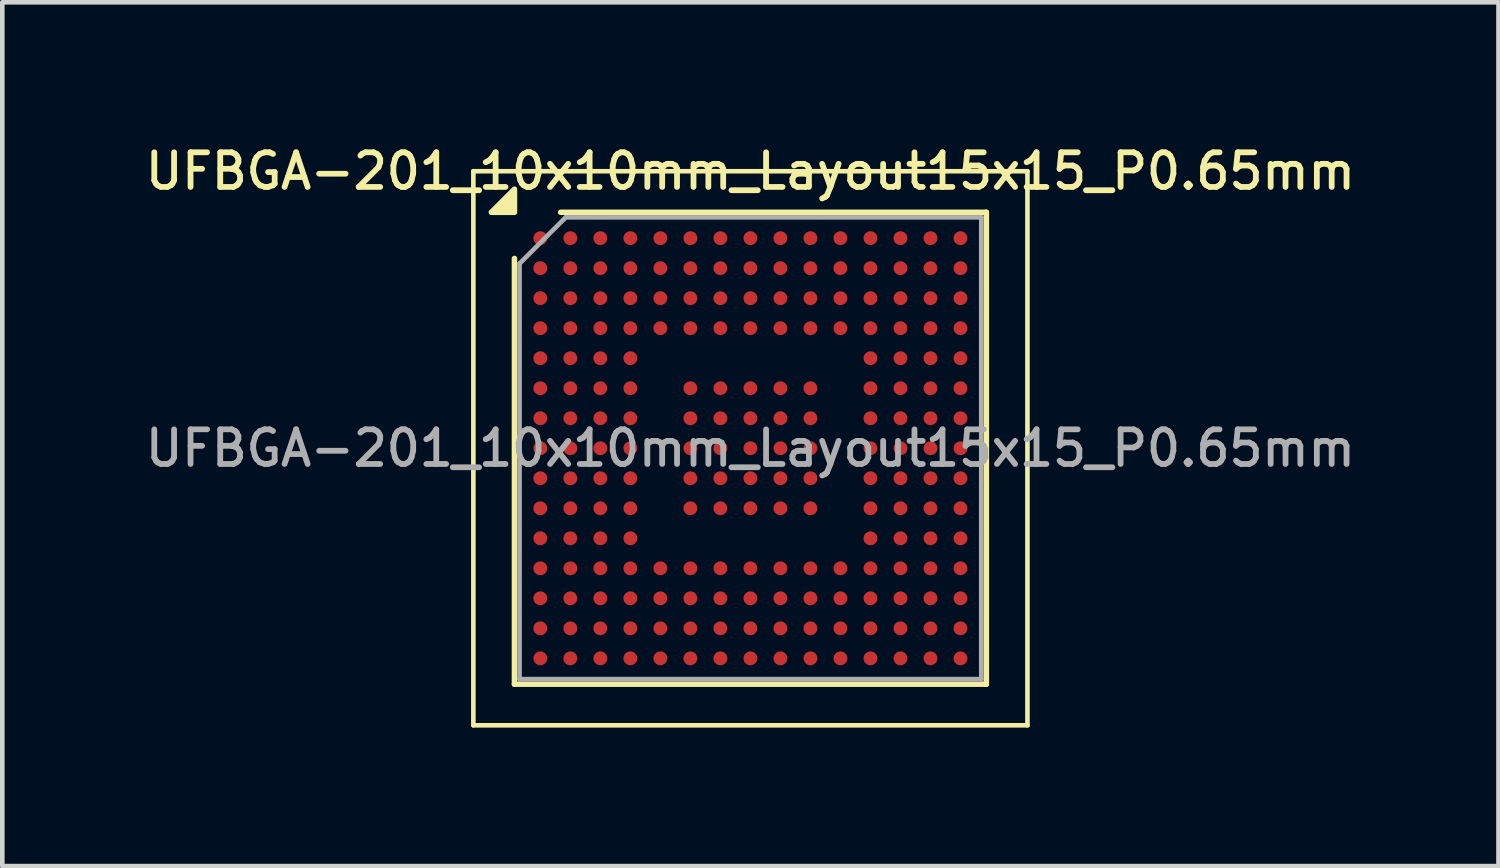
<source format=kicad_pcb>
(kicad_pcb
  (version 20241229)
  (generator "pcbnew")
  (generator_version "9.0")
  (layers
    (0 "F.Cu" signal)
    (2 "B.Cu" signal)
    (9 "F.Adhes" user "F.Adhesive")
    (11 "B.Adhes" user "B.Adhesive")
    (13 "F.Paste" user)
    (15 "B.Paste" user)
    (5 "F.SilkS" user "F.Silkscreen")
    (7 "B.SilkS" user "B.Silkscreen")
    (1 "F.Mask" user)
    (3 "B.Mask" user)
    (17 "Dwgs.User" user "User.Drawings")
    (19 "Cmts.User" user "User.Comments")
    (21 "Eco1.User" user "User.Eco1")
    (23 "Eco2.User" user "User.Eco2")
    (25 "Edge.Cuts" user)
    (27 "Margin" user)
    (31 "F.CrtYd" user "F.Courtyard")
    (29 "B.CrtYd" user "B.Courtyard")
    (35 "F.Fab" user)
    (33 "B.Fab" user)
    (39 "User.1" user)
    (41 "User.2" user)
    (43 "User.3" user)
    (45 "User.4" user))
  (footprint "UFBGA-201_10x10mm_Layout15x15_P0.65mm"
    (layer "F.Cu")
    (at 13.202 6.658)
    (property "Reference" "UFBGA-201_10x10mm_Layout15x15_P0.65mm" (at 0 -6 0) (layer "F.SilkS") (effects (font (size 0.75 0.75) (thickness 0.125))))
    (attr smd)
    (fp_line (start -6 -6) (end -6 6) (stroke (width 0.1) (type solid)) (layer "F.SilkS"))
    (fp_line (start -6 6) (end 6 6) (stroke (width 0.1) (type solid)) (layer "F.SilkS"))
    (fp_line (start -5.11 5.11) (end -5.11 -4.11) (stroke (width 0.12) (type solid)) (layer "F.SilkS"))
    (fp_line (start -4.11 -5.11) (end 5.11 -5.11) (stroke (width 0.12) (type solid)) (layer "F.SilkS"))
    (fp_line (start 5.11 -5.11) (end 5.11 5.11) (stroke (width 0.12) (type solid)) (layer "F.SilkS"))
    (fp_line (start 5.11 5.11) (end -5.11 5.11) (stroke (width 0.12) (type solid)) (layer "F.SilkS"))
    (fp_line (start 6 -6) (end -6 -6) (stroke (width 0.1) (type solid)) (layer "F.SilkS"))
    (fp_line (start 6 6) (end 6 -6) (stroke (width 0.1) (type solid)) (layer "F.SilkS"))
    (fp_poly (pts (xy -5.11 -5.11) (xy -5.61 -5.11) (xy -5.11 -5.61) (xy -5.11 -5.11)) (stroke (width 0.12) (type solid)) (fill yes) (layer "F.SilkS"))
    (fp_line (start -5 -4) (end -4 -5) (stroke (width 0.1) (type solid)) (layer "F.Fab"))
    (fp_line (start -5 5) (end -5 -4) (stroke (width 0.1) (type solid)) (layer "F.Fab"))
    (fp_line (start -4 -5) (end 5 -5) (stroke (width 0.1) (type solid)) (layer "F.Fab"))
    (fp_line (start 5 -5) (end 5 5) (stroke (width 0.1) (type solid)) (layer "F.Fab"))
    (fp_line (start 5 5) (end -5 5) (stroke (width 0.1) (type solid)) (layer "F.Fab"))
    (fp_text user "${REFERENCE}" (at 0 0 0) (layer "F.Fab") (effects (font (size 0.75 0.75) (thickness 0.125))))
    (pad "A1" smd circle (at -4.55 -4.55) (size 0.3 0.3) (property pad_prop_bga) (layers "F.Cu" "F.Mask" "F.Paste"))
    (pad "A2" smd circle (at -3.9 -4.55) (size 0.3 0.3) (property pad_prop_bga) (layers "F.Cu" "F.Mask" "F.Paste"))
    (pad "A3" smd circle (at -3.25 -4.55) (size 0.3 0.3) (property pad_prop_bga) (layers "F.Cu" "F.Mask" "F.Paste"))
    (pad "A4" smd circle (at -2.6 -4.55) (size 0.3 0.3) (property pad_prop_bga) (layers "F.Cu" "F.Mask" "F.Paste"))
    (pad "A5" smd circle (at -1.95 -4.55) (size 0.3 0.3) (property pad_prop_bga) (layers "F.Cu" "F.Mask" "F.Paste"))
    (pad "A6" smd circle (at -1.3 -4.55) (size 0.3 0.3) (property pad_prop_bga) (layers "F.Cu" "F.Mask" "F.Paste"))
    (pad "A7" smd circle (at -0.65 -4.55) (size 0.3 0.3) (property pad_prop_bga) (layers "F.Cu" "F.Mask" "F.Paste"))
    (pad "A8" smd circle (at 0 -4.55) (size 0.3 0.3) (property pad_prop_bga) (layers "F.Cu" "F.Mask" "F.Paste"))
    (pad "A9" smd circle (at 0.65 -4.55) (size 0.3 0.3) (property pad_prop_bga) (layers "F.Cu" "F.Mask" "F.Paste"))
    (pad "A10" smd circle (at 1.3 -4.55) (size 0.3 0.3) (property pad_prop_bga) (layers "F.Cu" "F.Mask" "F.Paste"))
    (pad "A11" smd circle (at 1.95 -4.55) (size 0.3 0.3) (property pad_prop_bga) (layers "F.Cu" "F.Mask" "F.Paste"))
    (pad "A12" smd circle (at 2.6 -4.55) (size 0.3 0.3) (property pad_prop_bga) (layers "F.Cu" "F.Mask" "F.Paste"))
    (pad "A13" smd circle (at 3.25 -4.55) (size 0.3 0.3) (property pad_prop_bga) (layers "F.Cu" "F.Mask" "F.Paste"))
    (pad "A14" smd circle (at 3.9 -4.55) (size 0.3 0.3) (property pad_prop_bga) (layers "F.Cu" "F.Mask" "F.Paste"))
    (pad "A15" smd circle (at 4.55 -4.55) (size 0.3 0.3) (property pad_prop_bga) (layers "F.Cu" "F.Mask" "F.Paste"))
    (pad "B1" smd circle (at -4.55 -3.9) (size 0.3 0.3) (property pad_prop_bga) (layers "F.Cu" "F.Mask" "F.Paste"))
    (pad "B2" smd circle (at -3.9 -3.9) (size 0.3 0.3) (property pad_prop_bga) (layers "F.Cu" "F.Mask" "F.Paste"))
    (pad "B3" smd circle (at -3.25 -3.9) (size 0.3 0.3) (property pad_prop_bga) (layers "F.Cu" "F.Mask" "F.Paste"))
    (pad "B4" smd circle (at -2.6 -3.9) (size 0.3 0.3) (property pad_prop_bga) (layers "F.Cu" "F.Mask" "F.Paste"))
    (pad "B5" smd circle (at -1.95 -3.9) (size 0.3 0.3) (property pad_prop_bga) (layers "F.Cu" "F.Mask" "F.Paste"))
    (pad "B6" smd circle (at -1.3 -3.9) (size 0.3 0.3) (property pad_prop_bga) (layers "F.Cu" "F.Mask" "F.Paste"))
    (pad "B7" smd circle (at -0.65 -3.9) (size 0.3 0.3) (property pad_prop_bga) (layers "F.Cu" "F.Mask" "F.Paste"))
    (pad "B8" smd circle (at 0 -3.9) (size 0.3 0.3) (property pad_prop_bga) (layers "F.Cu" "F.Mask" "F.Paste"))
    (pad "B9" smd circle (at 0.65 -3.9) (size 0.3 0.3) (property pad_prop_bga) (layers "F.Cu" "F.Mask" "F.Paste"))
    (pad "B10" smd circle (at 1.3 -3.9) (size 0.3 0.3) (property pad_prop_bga) (layers "F.Cu" "F.Mask" "F.Paste"))
    (pad "B11" smd circle (at 1.95 -3.9) (size 0.3 0.3) (property pad_prop_bga) (layers "F.Cu" "F.Mask" "F.Paste"))
    (pad "B12" smd circle (at 2.6 -3.9) (size 0.3 0.3) (property pad_prop_bga) (layers "F.Cu" "F.Mask" "F.Paste"))
    (pad "B13" smd circle (at 3.25 -3.9) (size 0.3 0.3) (property pad_prop_bga) (layers "F.Cu" "F.Mask" "F.Paste"))
    (pad "B14" smd circle (at 3.9 -3.9) (size 0.3 0.3) (property pad_prop_bga) (layers "F.Cu" "F.Mask" "F.Paste"))
    (pad "B15" smd circle (at 4.55 -3.9) (size 0.3 0.3) (property pad_prop_bga) (layers "F.Cu" "F.Mask" "F.Paste"))
    (pad "C1" smd circle (at -4.55 -3.25) (size 0.3 0.3) (property pad_prop_bga) (layers "F.Cu" "F.Mask" "F.Paste"))
    (pad "C2" smd circle (at -3.9 -3.25) (size 0.3 0.3) (property pad_prop_bga) (layers "F.Cu" "F.Mask" "F.Paste"))
    (pad "C3" smd circle (at -3.25 -3.25) (size 0.3 0.3) (property pad_prop_bga) (layers "F.Cu" "F.Mask" "F.Paste"))
    (pad "C4" smd circle (at -2.6 -3.25) (size 0.3 0.3) (property pad_prop_bga) (layers "F.Cu" "F.Mask" "F.Paste"))
    (pad "C5" smd circle (at -1.95 -3.25) (size 0.3 0.3) (property pad_prop_bga) (layers "F.Cu" "F.Mask" "F.Paste"))
    (pad "C6" smd circle (at -1.3 -3.25) (size 0.3 0.3) (property pad_prop_bga) (layers "F.Cu" "F.Mask" "F.Paste"))
    (pad "C7" smd circle (at -0.65 -3.25) (size 0.3 0.3) (property pad_prop_bga) (layers "F.Cu" "F.Mask" "F.Paste"))
    (pad "C8" smd circle (at 0 -3.25) (size 0.3 0.3) (property pad_prop_bga) (layers "F.Cu" "F.Mask" "F.Paste"))
    (pad "C9" smd circle (at 0.65 -3.25) (size 0.3 0.3) (property pad_prop_bga) (layers "F.Cu" "F.Mask" "F.Paste"))
    (pad "C10" smd circle (at 1.3 -3.25) (size 0.3 0.3) (property pad_prop_bga) (layers "F.Cu" "F.Mask" "F.Paste"))
    (pad "C11" smd circle (at 1.95 -3.25) (size 0.3 0.3) (property pad_prop_bga) (layers "F.Cu" "F.Mask" "F.Paste"))
    (pad "C12" smd circle (at 2.6 -3.25) (size 0.3 0.3) (property pad_prop_bga) (layers "F.Cu" "F.Mask" "F.Paste"))
    (pad "C13" smd circle (at 3.25 -3.25) (size 0.3 0.3) (property pad_prop_bga) (layers "F.Cu" "F.Mask" "F.Paste"))
    (pad "C14" smd circle (at 3.9 -3.25) (size 0.3 0.3) (property pad_prop_bga) (layers "F.Cu" "F.Mask" "F.Paste"))
    (pad "C15" smd circle (at 4.55 -3.25) (size 0.3 0.3) (property pad_prop_bga) (layers "F.Cu" "F.Mask" "F.Paste"))
    (pad "D1" smd circle (at -4.55 -2.6) (size 0.3 0.3) (property pad_prop_bga) (layers "F.Cu" "F.Mask" "F.Paste"))
    (pad "D2" smd circle (at -3.9 -2.6) (size 0.3 0.3) (property pad_prop_bga) (layers "F.Cu" "F.Mask" "F.Paste"))
    (pad "D3" smd circle (at -3.25 -2.6) (size 0.3 0.3) (property pad_prop_bga) (layers "F.Cu" "F.Mask" "F.Paste"))
    (pad "D4" smd circle (at -2.6 -2.6) (size 0.3 0.3) (property pad_prop_bga) (layers "F.Cu" "F.Mask" "F.Paste"))
    (pad "D5" smd circle (at -1.95 -2.6) (size 0.3 0.3) (property pad_prop_bga) (layers "F.Cu" "F.Mask" "F.Paste"))
    (pad "D6" smd circle (at -1.3 -2.6) (size 0.3 0.3) (property pad_prop_bga) (layers "F.Cu" "F.Mask" "F.Paste"))
    (pad "D7" smd circle (at -0.65 -2.6) (size 0.3 0.3) (property pad_prop_bga) (layers "F.Cu" "F.Mask" "F.Paste"))
    (pad "D8" smd circle (at 0 -2.6) (size 0.3 0.3) (property pad_prop_bga) (layers "F.Cu" "F.Mask" "F.Paste"))
    (pad "D9" smd circle (at 0.65 -2.6) (size 0.3 0.3) (property pad_prop_bga) (layers "F.Cu" "F.Mask" "F.Paste"))
    (pad "D10" smd circle (at 1.3 -2.6) (size 0.3 0.3) (property pad_prop_bga) (layers "F.Cu" "F.Mask" "F.Paste"))
    (pad "D11" smd circle (at 1.95 -2.6) (size 0.3 0.3) (property pad_prop_bga) (layers "F.Cu" "F.Mask" "F.Paste"))
    (pad "D12" smd circle (at 2.6 -2.6) (size 0.3 0.3) (property pad_prop_bga) (layers "F.Cu" "F.Mask" "F.Paste"))
    (pad "D13" smd circle (at 3.25 -2.6) (size 0.3 0.3) (property pad_prop_bga) (layers "F.Cu" "F.Mask" "F.Paste"))
    (pad "D14" smd circle (at 3.9 -2.6) (size 0.3 0.3) (property pad_prop_bga) (layers "F.Cu" "F.Mask" "F.Paste"))
    (pad "D15" smd circle (at 4.55 -2.6) (size 0.3 0.3) (property pad_prop_bga) (layers "F.Cu" "F.Mask" "F.Paste"))
    (pad "E1" smd circle (at -4.55 -1.95) (size 0.3 0.3) (property pad_prop_bga) (layers "F.Cu" "F.Mask" "F.Paste"))
    (pad "E2" smd circle (at -3.9 -1.95) (size 0.3 0.3) (property pad_prop_bga) (layers "F.Cu" "F.Mask" "F.Paste"))
    (pad "E3" smd circle (at -3.25 -1.95) (size 0.3 0.3) (property pad_prop_bga) (layers "F.Cu" "F.Mask" "F.Paste"))
    (pad "E4" smd circle (at -2.6 -1.95) (size 0.3 0.3) (property pad_prop_bga) (layers "F.Cu" "F.Mask" "F.Paste"))
    (pad "E12" smd circle (at 2.6 -1.95) (size 0.3 0.3) (property pad_prop_bga) (layers "F.Cu" "F.Mask" "F.Paste"))
    (pad "E13" smd circle (at 3.25 -1.95) (size 0.3 0.3) (property pad_prop_bga) (layers "F.Cu" "F.Mask" "F.Paste"))
    (pad "E14" smd circle (at 3.9 -1.95) (size 0.3 0.3) (property pad_prop_bga) (layers "F.Cu" "F.Mask" "F.Paste"))
    (pad "E15" smd circle (at 4.55 -1.95) (size 0.3 0.3) (property pad_prop_bga) (layers "F.Cu" "F.Mask" "F.Paste"))
    (pad "F1" smd circle (at -4.55 -1.3) (size 0.3 0.3) (property pad_prop_bga) (layers "F.Cu" "F.Mask" "F.Paste"))
    (pad "F2" smd circle (at -3.9 -1.3) (size 0.3 0.3) (property pad_prop_bga) (layers "F.Cu" "F.Mask" "F.Paste"))
    (pad "F3" smd circle (at -3.25 -1.3) (size 0.3 0.3) (property pad_prop_bga) (layers "F.Cu" "F.Mask" "F.Paste"))
    (pad "F4" smd circle (at -2.6 -1.3) (size 0.3 0.3) (property pad_prop_bga) (layers "F.Cu" "F.Mask" "F.Paste"))
    (pad "F6" smd circle (at -1.3 -1.3) (size 0.3 0.3) (property pad_prop_bga) (layers "F.Cu" "F.Mask" "F.Paste"))
    (pad "F7" smd circle (at -0.65 -1.3) (size 0.3 0.3) (property pad_prop_bga) (layers "F.Cu" "F.Mask" "F.Paste"))
    (pad "F8" smd circle (at 0 -1.3) (size 0.3 0.3) (property pad_prop_bga) (layers "F.Cu" "F.Mask" "F.Paste"))
    (pad "F9" smd circle (at 0.65 -1.3) (size 0.3 0.3) (property pad_prop_bga) (layers "F.Cu" "F.Mask" "F.Paste"))
    (pad "F10" smd circle (at 1.3 -1.3) (size 0.3 0.3) (property pad_prop_bga) (layers "F.Cu" "F.Mask" "F.Paste"))
    (pad "F12" smd circle (at 2.6 -1.3) (size 0.3 0.3) (property pad_prop_bga) (layers "F.Cu" "F.Mask" "F.Paste"))
    (pad "F13" smd circle (at 3.25 -1.3) (size 0.3 0.3) (property pad_prop_bga) (layers "F.Cu" "F.Mask" "F.Paste"))
    (pad "F14" smd circle (at 3.9 -1.3) (size 0.3 0.3) (property pad_prop_bga) (layers "F.Cu" "F.Mask" "F.Paste"))
    (pad "F15" smd circle (at 4.55 -1.3) (size 0.3 0.3) (property pad_prop_bga) (layers "F.Cu" "F.Mask" "F.Paste"))
    (pad "G1" smd circle (at -4.55 -0.65) (size 0.3 0.3) (property pad_prop_bga) (layers "F.Cu" "F.Mask" "F.Paste"))
    (pad "G2" smd circle (at -3.9 -0.65) (size 0.3 0.3) (property pad_prop_bga) (layers "F.Cu" "F.Mask" "F.Paste"))
    (pad "G3" smd circle (at -3.25 -0.65) (size 0.3 0.3) (property pad_prop_bga) (layers "F.Cu" "F.Mask" "F.Paste"))
    (pad "G4" smd circle (at -2.6 -0.65) (size 0.3 0.3) (property pad_prop_bga) (layers "F.Cu" "F.Mask" "F.Paste"))
    (pad "G6" smd circle (at -1.3 -0.65) (size 0.3 0.3) (property pad_prop_bga) (layers "F.Cu" "F.Mask" "F.Paste"))
    (pad "G7" smd circle (at -0.65 -0.65) (size 0.3 0.3) (property pad_prop_bga) (layers "F.Cu" "F.Mask" "F.Paste"))
    (pad "G8" smd circle (at 0 -0.65) (size 0.3 0.3) (property pad_prop_bga) (layers "F.Cu" "F.Mask" "F.Paste"))
    (pad "G9" smd circle (at 0.65 -0.65) (size 0.3 0.3) (property pad_prop_bga) (layers "F.Cu" "F.Mask" "F.Paste"))
    (pad "G10" smd circle (at 1.3 -0.65) (size 0.3 0.3) (property pad_prop_bga) (layers "F.Cu" "F.Mask" "F.Paste"))
    (pad "G12" smd circle (at 2.6 -0.65) (size 0.3 0.3) (property pad_prop_bga) (layers "F.Cu" "F.Mask" "F.Paste"))
    (pad "G13" smd circle (at 3.25 -0.65) (size 0.3 0.3) (property pad_prop_bga) (layers "F.Cu" "F.Mask" "F.Paste"))
    (pad "G14" smd circle (at 3.9 -0.65) (size 0.3 0.3) (property pad_prop_bga) (layers "F.Cu" "F.Mask" "F.Paste"))
    (pad "G15" smd circle (at 4.55 -0.65) (size 0.3 0.3) (property pad_prop_bga) (layers "F.Cu" "F.Mask" "F.Paste"))
    (pad "H1" smd circle (at -4.55 0) (size 0.3 0.3) (property pad_prop_bga) (layers "F.Cu" "F.Mask" "F.Paste"))
    (pad "H2" smd circle (at -3.9 0) (size 0.3 0.3) (property pad_prop_bga) (layers "F.Cu" "F.Mask" "F.Paste"))
    (pad "H3" smd circle (at -3.25 0) (size 0.3 0.3) (property pad_prop_bga) (layers "F.Cu" "F.Mask" "F.Paste"))
    (pad "H4" smd circle (at -2.6 0) (size 0.3 0.3) (property pad_prop_bga) (layers "F.Cu" "F.Mask" "F.Paste"))
    (pad "H6" smd circle (at -1.3 0) (size 0.3 0.3) (property pad_prop_bga) (layers "F.Cu" "F.Mask" "F.Paste"))
    (pad "H7" smd circle (at -0.65 0) (size 0.3 0.3) (property pad_prop_bga) (layers "F.Cu" "F.Mask" "F.Paste"))
    (pad "H8" smd circle (at 0 0) (size 0.3 0.3) (property pad_prop_bga) (layers "F.Cu" "F.Mask" "F.Paste"))
    (pad "H9" smd circle (at 0.65 0) (size 0.3 0.3) (property pad_prop_bga) (layers "F.Cu" "F.Mask" "F.Paste"))
    (pad "H10" smd circle (at 1.3 0) (size 0.3 0.3) (property pad_prop_bga) (layers "F.Cu" "F.Mask" "F.Paste"))
    (pad "H12" smd circle (at 2.6 0) (size 0.3 0.3) (property pad_prop_bga) (layers "F.Cu" "F.Mask" "F.Paste"))
    (pad "H13" smd circle (at 3.25 0) (size 0.3 0.3) (property pad_prop_bga) (layers "F.Cu" "F.Mask" "F.Paste"))
    (pad "H14" smd circle (at 3.9 0) (size 0.3 0.3) (property pad_prop_bga) (layers "F.Cu" "F.Mask" "F.Paste"))
    (pad "H15" smd circle (at 4.55 0) (size 0.3 0.3) (property pad_prop_bga) (layers "F.Cu" "F.Mask" "F.Paste"))
    (pad "J1" smd circle (at -4.55 0.65) (size 0.3 0.3) (property pad_prop_bga) (layers "F.Cu" "F.Mask" "F.Paste"))
    (pad "J2" smd circle (at -3.9 0.65) (size 0.3 0.3) (property pad_prop_bga) (layers "F.Cu" "F.Mask" "F.Paste"))
    (pad "J3" smd circle (at -3.25 0.65) (size 0.3 0.3) (property pad_prop_bga) (layers "F.Cu" "F.Mask" "F.Paste"))
    (pad "J4" smd circle (at -2.6 0.65) (size 0.3 0.3) (property pad_prop_bga) (layers "F.Cu" "F.Mask" "F.Paste"))
    (pad "J6" smd circle (at -1.3 0.65) (size 0.3 0.3) (property pad_prop_bga) (layers "F.Cu" "F.Mask" "F.Paste"))
    (pad "J7" smd circle (at -0.65 0.65) (size 0.3 0.3) (property pad_prop_bga) (layers "F.Cu" "F.Mask" "F.Paste"))
    (pad "J8" smd circle (at 0 0.65) (size 0.3 0.3) (property pad_prop_bga) (layers "F.Cu" "F.Mask" "F.Paste"))
    (pad "J9" smd circle (at 0.65 0.65) (size 0.3 0.3) (property pad_prop_bga) (layers "F.Cu" "F.Mask" "F.Paste"))
    (pad "J10" smd circle (at 1.3 0.65) (size 0.3 0.3) (property pad_prop_bga) (layers "F.Cu" "F.Mask" "F.Paste"))
    (pad "J12" smd circle (at 2.6 0.65) (size 0.3 0.3) (property pad_prop_bga) (layers "F.Cu" "F.Mask" "F.Paste"))
    (pad "J13" smd circle (at 3.25 0.65) (size 0.3 0.3) (property pad_prop_bga) (layers "F.Cu" "F.Mask" "F.Paste"))
    (pad "J14" smd circle (at 3.9 0.65) (size 0.3 0.3) (property pad_prop_bga) (layers "F.Cu" "F.Mask" "F.Paste"))
    (pad "J15" smd circle (at 4.55 0.65) (size 0.3 0.3) (property pad_prop_bga) (layers "F.Cu" "F.Mask" "F.Paste"))
    (pad "K1" smd circle (at -4.55 1.3) (size 0.3 0.3) (property pad_prop_bga) (layers "F.Cu" "F.Mask" "F.Paste"))
    (pad "K2" smd circle (at -3.9 1.3) (size 0.3 0.3) (property pad_prop_bga) (layers "F.Cu" "F.Mask" "F.Paste"))
    (pad "K3" smd circle (at -3.25 1.3) (size 0.3 0.3) (property pad_prop_bga) (layers "F.Cu" "F.Mask" "F.Paste"))
    (pad "K4" smd circle (at -2.6 1.3) (size 0.3 0.3) (property pad_prop_bga) (layers "F.Cu" "F.Mask" "F.Paste"))
    (pad "K6" smd circle (at -1.3 1.3) (size 0.3 0.3) (property pad_prop_bga) (layers "F.Cu" "F.Mask" "F.Paste"))
    (pad "K7" smd circle (at -0.65 1.3) (size 0.3 0.3) (property pad_prop_bga) (layers "F.Cu" "F.Mask" "F.Paste"))
    (pad "K8" smd circle (at 0 1.3) (size 0.3 0.3) (property pad_prop_bga) (layers "F.Cu" "F.Mask" "F.Paste"))
    (pad "K9" smd circle (at 0.65 1.3) (size 0.3 0.3) (property pad_prop_bga) (layers "F.Cu" "F.Mask" "F.Paste"))
    (pad "K10" smd circle (at 1.3 1.3) (size 0.3 0.3) (property pad_prop_bga) (layers "F.Cu" "F.Mask" "F.Paste"))
    (pad "K12" smd circle (at 2.6 1.3) (size 0.3 0.3) (property pad_prop_bga) (layers "F.Cu" "F.Mask" "F.Paste"))
    (pad "K13" smd circle (at 3.25 1.3) (size 0.3 0.3) (property pad_prop_bga) (layers "F.Cu" "F.Mask" "F.Paste"))
    (pad "K14" smd circle (at 3.9 1.3) (size 0.3 0.3) (property pad_prop_bga) (layers "F.Cu" "F.Mask" "F.Paste"))
    (pad "K15" smd circle (at 4.55 1.3) (size 0.3 0.3) (property pad_prop_bga) (layers "F.Cu" "F.Mask" "F.Paste"))
    (pad "L1" smd circle (at -4.55 1.95) (size 0.3 0.3) (property pad_prop_bga) (layers "F.Cu" "F.Mask" "F.Paste"))
    (pad "L2" smd circle (at -3.9 1.95) (size 0.3 0.3) (property pad_prop_bga) (layers "F.Cu" "F.Mask" "F.Paste"))
    (pad "L3" smd circle (at -3.25 1.95) (size 0.3 0.3) (property pad_prop_bga) (layers "F.Cu" "F.Mask" "F.Paste"))
    (pad "L4" smd circle (at -2.6 1.95) (size 0.3 0.3) (property pad_prop_bga) (layers "F.Cu" "F.Mask" "F.Paste"))
    (pad "L12" smd circle (at 2.6 1.95) (size 0.3 0.3) (property pad_prop_bga) (layers "F.Cu" "F.Mask" "F.Paste"))
    (pad "L13" smd circle (at 3.25 1.95) (size 0.3 0.3) (property pad_prop_bga) (layers "F.Cu" "F.Mask" "F.Paste"))
    (pad "L14" smd circle (at 3.9 1.95) (size 0.3 0.3) (property pad_prop_bga) (layers "F.Cu" "F.Mask" "F.Paste"))
    (pad "L15" smd circle (at 4.55 1.95) (size 0.3 0.3) (property pad_prop_bga) (layers "F.Cu" "F.Mask" "F.Paste"))
    (pad "M1" smd circle (at -4.55 2.6) (size 0.3 0.3) (property pad_prop_bga) (layers "F.Cu" "F.Mask" "F.Paste"))
    (pad "M2" smd circle (at -3.9 2.6) (size 0.3 0.3) (property pad_prop_bga) (layers "F.Cu" "F.Mask" "F.Paste"))
    (pad "M3" smd circle (at -3.25 2.6) (size 0.3 0.3) (property pad_prop_bga) (layers "F.Cu" "F.Mask" "F.Paste"))
    (pad "M4" smd circle (at -2.6 2.6) (size 0.3 0.3) (property pad_prop_bga) (layers "F.Cu" "F.Mask" "F.Paste"))
    (pad "M5" smd circle (at -1.95 2.6) (size 0.3 0.3) (property pad_prop_bga) (layers "F.Cu" "F.Mask" "F.Paste"))
    (pad "M6" smd circle (at -1.3 2.6) (size 0.3 0.3) (property pad_prop_bga) (layers "F.Cu" "F.Mask" "F.Paste"))
    (pad "M7" smd circle (at -0.65 2.6) (size 0.3 0.3) (property pad_prop_bga) (layers "F.Cu" "F.Mask" "F.Paste"))
    (pad "M8" smd circle (at 0 2.6) (size 0.3 0.3) (property pad_prop_bga) (layers "F.Cu" "F.Mask" "F.Paste"))
    (pad "M9" smd circle (at 0.65 2.6) (size 0.3 0.3) (property pad_prop_bga) (layers "F.Cu" "F.Mask" "F.Paste"))
    (pad "M10" smd circle (at 1.3 2.6) (size 0.3 0.3) (property pad_prop_bga) (layers "F.Cu" "F.Mask" "F.Paste"))
    (pad "M11" smd circle (at 1.95 2.6) (size 0.3 0.3) (property pad_prop_bga) (layers "F.Cu" "F.Mask" "F.Paste"))
    (pad "M12" smd circle (at 2.6 2.6) (size 0.3 0.3) (property pad_prop_bga) (layers "F.Cu" "F.Mask" "F.Paste"))
    (pad "M13" smd circle (at 3.25 2.6) (size 0.3 0.3) (property pad_prop_bga) (layers "F.Cu" "F.Mask" "F.Paste"))
    (pad "M14" smd circle (at 3.9 2.6) (size 0.3 0.3) (property pad_prop_bga) (layers "F.Cu" "F.Mask" "F.Paste"))
    (pad "M15" smd circle (at 4.55 2.6) (size 0.3 0.3) (property pad_prop_bga) (layers "F.Cu" "F.Mask" "F.Paste"))
    (pad "N1" smd circle (at -4.55 3.25) (size 0.3 0.3) (property pad_prop_bga) (layers "F.Cu" "F.Mask" "F.Paste"))
    (pad "N2" smd circle (at -3.9 3.25) (size 0.3 0.3) (property pad_prop_bga) (layers "F.Cu" "F.Mask" "F.Paste"))
    (pad "N3" smd circle (at -3.25 3.25) (size 0.3 0.3) (property pad_prop_bga) (layers "F.Cu" "F.Mask" "F.Paste"))
    (pad "N4" smd circle (at -2.6 3.25) (size 0.3 0.3) (property pad_prop_bga) (layers "F.Cu" "F.Mask" "F.Paste"))
    (pad "N5" smd circle (at -1.95 3.25) (size 0.3 0.3) (property pad_prop_bga) (layers "F.Cu" "F.Mask" "F.Paste"))
    (pad "N6" smd circle (at -1.3 3.25) (size 0.3 0.3) (property pad_prop_bga) (layers "F.Cu" "F.Mask" "F.Paste"))
    (pad "N7" smd circle (at -0.65 3.25) (size 0.3 0.3) (property pad_prop_bga) (layers "F.Cu" "F.Mask" "F.Paste"))
    (pad "N8" smd circle (at 0 3.25) (size 0.3 0.3) (property pad_prop_bga) (layers "F.Cu" "F.Mask" "F.Paste"))
    (pad "N9" smd circle (at 0.65 3.25) (size 0.3 0.3) (property pad_prop_bga) (layers "F.Cu" "F.Mask" "F.Paste"))
    (pad "N10" smd circle (at 1.3 3.25) (size 0.3 0.3) (property pad_prop_bga) (layers "F.Cu" "F.Mask" "F.Paste"))
    (pad "N11" smd circle (at 1.95 3.25) (size 0.3 0.3) (property pad_prop_bga) (layers "F.Cu" "F.Mask" "F.Paste"))
    (pad "N12" smd circle (at 2.6 3.25) (size 0.3 0.3) (property pad_prop_bga) (layers "F.Cu" "F.Mask" "F.Paste"))
    (pad "N13" smd circle (at 3.25 3.25) (size 0.3 0.3) (property pad_prop_bga) (layers "F.Cu" "F.Mask" "F.Paste"))
    (pad "N14" smd circle (at 3.9 3.25) (size 0.3 0.3) (property pad_prop_bga) (layers "F.Cu" "F.Mask" "F.Paste"))
    (pad "N15" smd circle (at 4.55 3.25) (size 0.3 0.3) (property pad_prop_bga) (layers "F.Cu" "F.Mask" "F.Paste"))
    (pad "P1" smd circle (at -4.55 3.9) (size 0.3 0.3) (property pad_prop_bga) (layers "F.Cu" "F.Mask" "F.Paste"))
    (pad "P2" smd circle (at -3.9 3.9) (size 0.3 0.3) (property pad_prop_bga) (layers "F.Cu" "F.Mask" "F.Paste"))
    (pad "P3" smd circle (at -3.25 3.9) (size 0.3 0.3) (property pad_prop_bga) (layers "F.Cu" "F.Mask" "F.Paste"))
    (pad "P4" smd circle (at -2.6 3.9) (size 0.3 0.3) (property pad_prop_bga) (layers "F.Cu" "F.Mask" "F.Paste"))
    (pad "P5" smd circle (at -1.95 3.9) (size 0.3 0.3) (property pad_prop_bga) (layers "F.Cu" "F.Mask" "F.Paste"))
    (pad "P6" smd circle (at -1.3 3.9) (size 0.3 0.3) (property pad_prop_bga) (layers "F.Cu" "F.Mask" "F.Paste"))
    (pad "P7" smd circle (at -0.65 3.9) (size 0.3 0.3) (property pad_prop_bga) (layers "F.Cu" "F.Mask" "F.Paste"))
    (pad "P8" smd circle (at 0 3.9) (size 0.3 0.3) (property pad_prop_bga) (layers "F.Cu" "F.Mask" "F.Paste"))
    (pad "P9" smd circle (at 0.65 3.9) (size 0.3 0.3) (property pad_prop_bga) (layers "F.Cu" "F.Mask" "F.Paste"))
    (pad "P10" smd circle (at 1.3 3.9) (size 0.3 0.3) (property pad_prop_bga) (layers "F.Cu" "F.Mask" "F.Paste"))
    (pad "P11" smd circle (at 1.95 3.9) (size 0.3 0.3) (property pad_prop_bga) (layers "F.Cu" "F.Mask" "F.Paste"))
    (pad "P12" smd circle (at 2.6 3.9) (size 0.3 0.3) (property pad_prop_bga) (layers "F.Cu" "F.Mask" "F.Paste"))
    (pad "P13" smd circle (at 3.25 3.9) (size 0.3 0.3) (property pad_prop_bga) (layers "F.Cu" "F.Mask" "F.Paste"))
    (pad "P14" smd circle (at 3.9 3.9) (size 0.3 0.3) (property pad_prop_bga) (layers "F.Cu" "F.Mask" "F.Paste"))
    (pad "P15" smd circle (at 4.55 3.9) (size 0.3 0.3) (property pad_prop_bga) (layers "F.Cu" "F.Mask" "F.Paste"))
    (pad "R1" smd circle (at -4.55 4.55) (size 0.3 0.3) (property pad_prop_bga) (layers "F.Cu" "F.Mask" "F.Paste"))
    (pad "R2" smd circle (at -3.9 4.55) (size 0.3 0.3) (property pad_prop_bga) (layers "F.Cu" "F.Mask" "F.Paste"))
    (pad "R3" smd circle (at -3.25 4.55) (size 0.3 0.3) (property pad_prop_bga) (layers "F.Cu" "F.Mask" "F.Paste"))
    (pad "R4" smd circle (at -2.6 4.55) (size 0.3 0.3) (property pad_prop_bga) (layers "F.Cu" "F.Mask" "F.Paste"))
    (pad "R5" smd circle (at -1.95 4.55) (size 0.3 0.3) (property pad_prop_bga) (layers "F.Cu" "F.Mask" "F.Paste"))
    (pad "R6" smd circle (at -1.3 4.55) (size 0.3 0.3) (property pad_prop_bga) (layers "F.Cu" "F.Mask" "F.Paste"))
    (pad "R7" smd circle (at -0.65 4.55) (size 0.3 0.3) (property pad_prop_bga) (layers "F.Cu" "F.Mask" "F.Paste"))
    (pad "R8" smd circle (at 0 4.55) (size 0.3 0.3) (property pad_prop_bga) (layers "F.Cu" "F.Mask" "F.Paste"))
    (pad "R9" smd circle (at 0.65 4.55) (size 0.3 0.3) (property pad_prop_bga) (layers "F.Cu" "F.Mask" "F.Paste"))
    (pad "R10" smd circle (at 1.3 4.55) (size 0.3 0.3) (property pad_prop_bga) (layers "F.Cu" "F.Mask" "F.Paste"))
    (pad "R11" smd circle (at 1.95 4.55) (size 0.3 0.3) (property pad_prop_bga) (layers "F.Cu" "F.Mask" "F.Paste"))
    (pad "R12" smd circle (at 2.6 4.55) (size 0.3 0.3) (property pad_prop_bga) (layers "F.Cu" "F.Mask" "F.Paste"))
    (pad "R13" smd circle (at 3.25 4.55) (size 0.3 0.3) (property pad_prop_bga) (layers "F.Cu" "F.Mask" "F.Paste"))
    (pad "R14" smd circle (at 3.9 4.55) (size 0.3 0.3) (property pad_prop_bga) (layers "F.Cu" "F.Mask" "F.Paste"))
    (pad "R15" smd circle (at 4.55 4.55) (size 0.3 0.3) (property pad_prop_bga) (layers "F.Cu" "F.Mask" "F.Paste")))
  (gr_rect
    (start -3 -3)
    (end 29.404 15.708)
    (stroke (width 0.1) (type default))
    (fill no)
    (layer "Edge.Cuts")))
</source>
